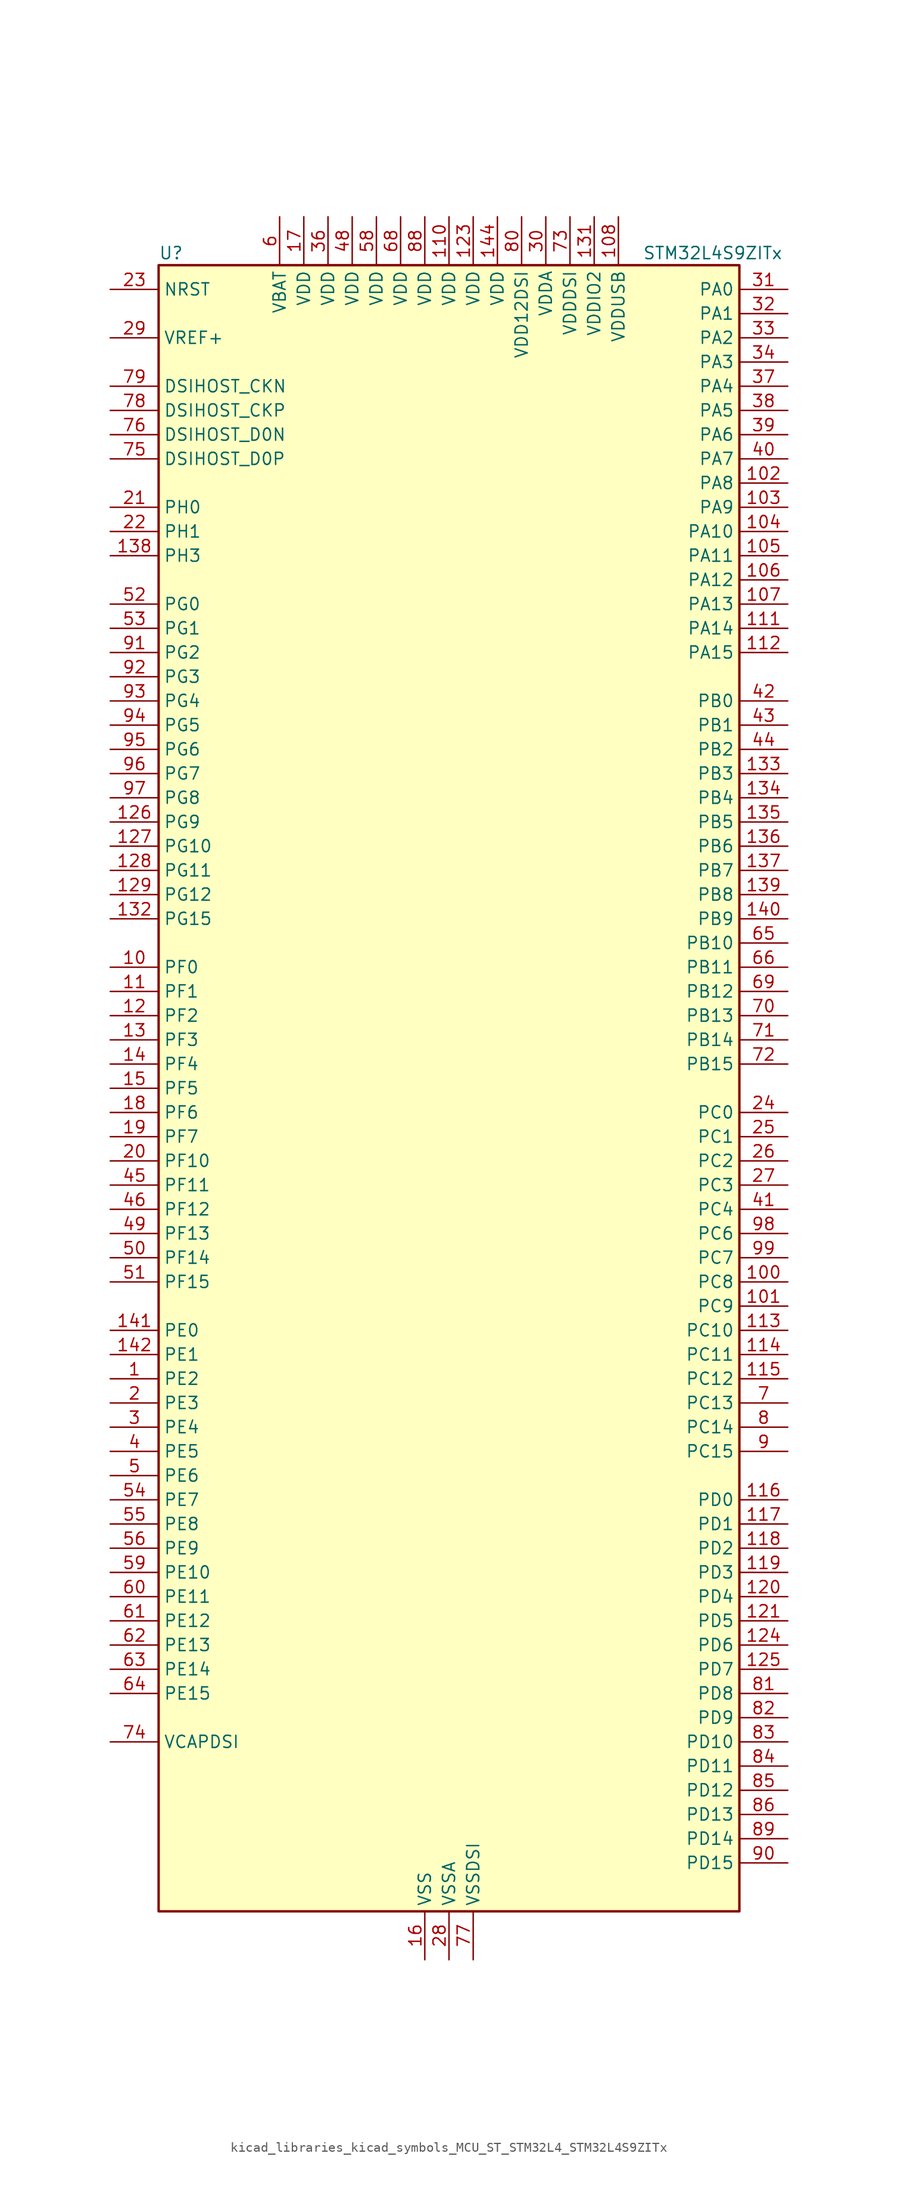
<source format=kicad_sym>
(kicad_symbol_lib
  (version 20220914)
  (generator kicad_symbol_editor)
  (symbol "kicad_libraries_kicad_symbols_MCU_ST_STM32L4_STM32L4S9ZITx"
    (property "Reference" "U"
      (at -30.48 87.63 0)
      (effects (font (size 1.27 1.27)) (justify left)))
    (property "Value" "STM32L4S9ZITx"
      (at 20.32 87.63 0)
      (effects (font (size 1.27 1.27)) (justify left)))
    (property "ki_locked" ""
      (at 0 0 0)
      (effects (font (size 1.27 1.27))))
    (symbol "kicad_libraries_kicad_symbols_MCU_ST_STM32L4_STM32L4S9ZITx_0_1"
      (rectangle (start -30.48 -86.36) (end 30.48 86.36) (stroke (width 0.254) (type default)) (fill (type background))))
    (symbol "kicad_libraries_kicad_symbols_MCU_ST_STM32L4_STM32L4S9ZITx_1_1"
      (pin bidirectional line (at -35.56 -30.48 0) (length 5.08) (name "PE2" (effects (font (size 1.27 1.27)))) (number "1" (effects (font (size 1.27 1.27)))) (alternate "FMC_A23" bidirectional line) (alternate "LTDC_R0" bidirectional line) (alternate "SAI1_CK1" bidirectional line) (alternate "SAI1_MCLK_A" bidirectional line) (alternate "SYS_TRACECLK" bidirectional line) (alternate "TIM3_ETR" bidirectional line) (alternate "TSC_G7_IO1" bidirectional line))
      (pin bidirectional line (at -35.56 12.7 0) (length 5.08) (name "PF0" (effects (font (size 1.27 1.27)))) (number "10" (effects (font (size 1.27 1.27)))) (alternate "FMC_A0" bidirectional line) (alternate "I2C2_SDA" bidirectional line) (alternate "OCTOSPIM_P2_IO0" bidirectional line))
      (pin bidirectional line (at 35.56 -20.32 180) (length 5.08) (name "PC8" (effects (font (size 1.27 1.27)))) (number "100" (effects (font (size 1.27 1.27)))) (alternate "DCMI_D2" bidirectional line) (alternate "SDMMC1_D0" bidirectional line) (alternate "TIM3_CH3" bidirectional line) (alternate "TIM8_CH3" bidirectional line) (alternate "TSC_G4_IO3" bidirectional line))
      (pin bidirectional line (at 35.56 -22.86 180) (length 5.08) (name "PC9" (effects (font (size 1.27 1.27)))) (number "101" (effects (font (size 1.27 1.27)))) (alternate "DAC1_EXTI9" bidirectional line) (alternate "DCMI_D3" bidirectional line) (alternate "I2C3_SDA" bidirectional line) (alternate "SAI2_EXTCLK" bidirectional line) (alternate "SDMMC1_D1" bidirectional line) (alternate "SYS_TRACED0" bidirectional line) (alternate "TIM3_CH4" bidirectional line) (alternate "TIM8_BKIN2" bidirectional line) (alternate "TIM8_CH4" bidirectional line) (alternate "TSC_G4_IO4" bidirectional line) (alternate "USB_OTG_FS_NOE" bidirectional line))
      (pin bidirectional line (at 35.56 63.5 180) (length 5.08) (name "PA8" (effects (font (size 1.27 1.27)))) (number "102" (effects (font (size 1.27 1.27)))) (alternate "LPTIM2_OUT" bidirectional line) (alternate "RCC_MCO" bidirectional line) (alternate "SAI1_CK2" bidirectional line) (alternate "SAI1_SCK_A" bidirectional line) (alternate "TIM1_CH1" bidirectional line) (alternate "USART1_CK" bidirectional line) (alternate "USB_OTG_FS_SOF" bidirectional line))
      (pin bidirectional line (at 35.56 60.96 180) (length 5.08) (name "PA9" (effects (font (size 1.27 1.27)))) (number "103" (effects (font (size 1.27 1.27)))) (alternate "DAC1_EXTI9" bidirectional line) (alternate "DCMI_D0" bidirectional line) (alternate "SAI1_FS_A" bidirectional line) (alternate "SPI2_SCK" bidirectional line) (alternate "TIM15_BKIN" bidirectional line) (alternate "TIM1_CH2" bidirectional line) (alternate "USART1_TX" bidirectional line) (alternate "USB_OTG_FS_VBUS" bidirectional line))
      (pin bidirectional line (at 35.56 58.42 180) (length 5.08) (name "PA10" (effects (font (size 1.27 1.27)))) (number "104" (effects (font (size 1.27 1.27)))) (alternate "DCMI_D1" bidirectional line) (alternate "SAI1_D1" bidirectional line) (alternate "SAI1_SD_A" bidirectional line) (alternate "TIM17_BKIN" bidirectional line) (alternate "TIM1_CH3" bidirectional line) (alternate "USART1_RX" bidirectional line) (alternate "USB_OTG_FS_ID" bidirectional line))
      (pin bidirectional line (at 35.56 55.88 180) (length 5.08) (name "PA11" (effects (font (size 1.27 1.27)))) (number "105" (effects (font (size 1.27 1.27)))) (alternate "ADC1_EXTI11" bidirectional line) (alternate "CAN1_RX" bidirectional line) (alternate "SPI1_MISO" bidirectional line) (alternate "TIM1_BKIN2" bidirectional line) (alternate "TIM1_CH4" bidirectional line) (alternate "USART1_CTS" bidirectional line) (alternate "USART1_NSS" bidirectional line) (alternate "USB_OTG_FS_DM" bidirectional line))
      (pin bidirectional line (at 35.56 53.34 180) (length 5.08) (name "PA12" (effects (font (size 1.27 1.27)))) (number "106" (effects (font (size 1.27 1.27)))) (alternate "CAN1_TX" bidirectional line) (alternate "SPI1_MOSI" bidirectional line) (alternate "TIM1_ETR" bidirectional line) (alternate "USART1_DE" bidirectional line) (alternate "USART1_RTS" bidirectional line) (alternate "USB_OTG_FS_DP" bidirectional line))
      (pin bidirectional line (at 35.56 50.8 180) (length 5.08) (name "PA13" (effects (font (size 1.27 1.27)))) (number "107" (effects (font (size 1.27 1.27)))) (alternate "IR_OUT" bidirectional line) (alternate "SAI1_SD_B" bidirectional line) (alternate "SYS_JTMS-SWDIO" bidirectional line) (alternate "USB_OTG_FS_NOE" bidirectional line))
      (pin power_in line (at 17.78 91.44 270) (length 5.08) (name "VDDUSB" (effects (font (size 1.27 1.27)))) (number "108" (effects (font (size 1.27 1.27)))))
      (pin passive line (at -2.54 -91.44 90) (length 5.08) hide (name "VSS" (effects (font (size 1.27 1.27)))) (number "109" (effects (font (size 1.27 1.27)))))
      (pin bidirectional line (at -35.56 10.16 0) (length 5.08) (name "PF1" (effects (font (size 1.27 1.27)))) (number "11" (effects (font (size 1.27 1.27)))) (alternate "FMC_A1" bidirectional line) (alternate "I2C2_SCL" bidirectional line) (alternate "OCTOSPIM_P2_IO1" bidirectional line))
      (pin power_in line (at 0 91.44 270) (length 5.08) (name "VDD" (effects (font (size 1.27 1.27)))) (number "110" (effects (font (size 1.27 1.27)))))
      (pin bidirectional line (at 35.56 48.26 180) (length 5.08) (name "PA14" (effects (font (size 1.27 1.27)))) (number "111" (effects (font (size 1.27 1.27)))) (alternate "I2C1_SMBA" bidirectional line) (alternate "I2C4_SMBA" bidirectional line) (alternate "LPTIM1_OUT" bidirectional line) (alternate "SAI1_FS_B" bidirectional line) (alternate "SYS_JTCK-SWCLK" bidirectional line) (alternate "USB_OTG_FS_SOF" bidirectional line))
      (pin bidirectional line (at 35.56 45.72 180) (length 5.08) (name "PA15" (effects (font (size 1.27 1.27)))) (number "112" (effects (font (size 1.27 1.27)))) (alternate "ADC1_EXTI15" bidirectional line) (alternate "SAI2_FS_B" bidirectional line) (alternate "SPI1_NSS" bidirectional line) (alternate "SPI3_NSS" bidirectional line) (alternate "SYS_JTDI" bidirectional line) (alternate "TIM2_CH1" bidirectional line) (alternate "TIM2_ETR" bidirectional line) (alternate "TSC_G3_IO1" bidirectional line) (alternate "UART4_DE" bidirectional line) (alternate "UART4_RTS" bidirectional line) (alternate "USART2_RX" bidirectional line) (alternate "USART3_DE" bidirectional line) (alternate "USART3_RTS" bidirectional line))
      (pin bidirectional line (at 35.56 -25.4 180) (length 5.08) (name "PC10" (effects (font (size 1.27 1.27)))) (number "113" (effects (font (size 1.27 1.27)))) (alternate "DCMI_D8" bidirectional line) (alternate "SAI2_SCK_B" bidirectional line) (alternate "SDMMC1_D2" bidirectional line) (alternate "SPI3_SCK" bidirectional line) (alternate "SYS_TRACED1" bidirectional line) (alternate "TSC_G3_IO2" bidirectional line) (alternate "UART4_TX" bidirectional line) (alternate "USART3_TX" bidirectional line))
      (pin bidirectional line (at 35.56 -27.94 180) (length 5.08) (name "PC11" (effects (font (size 1.27 1.27)))) (number "114" (effects (font (size 1.27 1.27)))) (alternate "ADC1_EXTI11" bidirectional line) (alternate "DCMI_D2" bidirectional line) (alternate "DCMI_D4" bidirectional line) (alternate "OCTOSPIM_P1_NCS" bidirectional line) (alternate "SAI2_MCLK_B" bidirectional line) (alternate "SDMMC1_D3" bidirectional line) (alternate "SPI3_MISO" bidirectional line) (alternate "TSC_G3_IO3" bidirectional line) (alternate "UART4_RX" bidirectional line) (alternate "USART3_RX" bidirectional line))
      (pin bidirectional line (at 35.56 -30.48 180) (length 5.08) (name "PC12" (effects (font (size 1.27 1.27)))) (number "115" (effects (font (size 1.27 1.27)))) (alternate "DCMI_D9" bidirectional line) (alternate "SAI2_SD_B" bidirectional line) (alternate "SDMMC1_CK" bidirectional line) (alternate "SPI3_MOSI" bidirectional line) (alternate "SYS_TRACED3" bidirectional line) (alternate "TSC_G3_IO4" bidirectional line) (alternate "UART5_TX" bidirectional line) (alternate "USART3_CK" bidirectional line))
      (pin bidirectional line (at 35.56 -43.18 180) (length 5.08) (name "PD0" (effects (font (size 1.27 1.27)))) (number "116" (effects (font (size 1.27 1.27)))) (alternate "CAN1_RX" bidirectional line) (alternate "DFSDM1_DATIN7" bidirectional line) (alternate "FMC_D2" bidirectional line) (alternate "FMC_DA2" bidirectional line) (alternate "LTDC_B4" bidirectional line) (alternate "SPI2_NSS" bidirectional line))
      (pin bidirectional line (at 35.56 -45.72 180) (length 5.08) (name "PD1" (effects (font (size 1.27 1.27)))) (number "117" (effects (font (size 1.27 1.27)))) (alternate "CAN1_TX" bidirectional line) (alternate "DFSDM1_CKIN7" bidirectional line) (alternate "FMC_D3" bidirectional line) (alternate "FMC_DA3" bidirectional line) (alternate "LTDC_B5" bidirectional line) (alternate "SPI2_SCK" bidirectional line))
      (pin bidirectional line (at 35.56 -48.26 180) (length 5.08) (name "PD2" (effects (font (size 1.27 1.27)))) (number "118" (effects (font (size 1.27 1.27)))) (alternate "DCMI_D11" bidirectional line) (alternate "SDMMC1_CMD" bidirectional line) (alternate "SYS_TRACED2" bidirectional line) (alternate "TIM3_ETR" bidirectional line) (alternate "TSC_SYNC" bidirectional line) (alternate "UART5_RX" bidirectional line) (alternate "USART3_DE" bidirectional line) (alternate "USART3_RTS" bidirectional line))
      (pin bidirectional line (at 35.56 -50.8 180) (length 5.08) (name "PD3" (effects (font (size 1.27 1.27)))) (number "119" (effects (font (size 1.27 1.27)))) (alternate "DCMI_D5" bidirectional line) (alternate "DFSDM1_DATIN0" bidirectional line) (alternate "FMC_CLK" bidirectional line) (alternate "LTDC_CLK" bidirectional line) (alternate "OCTOSPIM_P2_NCS" bidirectional line) (alternate "SPI2_MISO" bidirectional line) (alternate "SPI2_SCK" bidirectional line) (alternate "USART2_CTS" bidirectional line) (alternate "USART2_NSS" bidirectional line))
      (pin bidirectional line (at -35.56 7.62 0) (length 5.08) (name "PF2" (effects (font (size 1.27 1.27)))) (number "12" (effects (font (size 1.27 1.27)))) (alternate "FMC_A2" bidirectional line) (alternate "I2C2_SMBA" bidirectional line) (alternate "OCTOSPIM_P2_IO2" bidirectional line))
      (pin bidirectional line (at 35.56 -53.34 180) (length 5.08) (name "PD4" (effects (font (size 1.27 1.27)))) (number "120" (effects (font (size 1.27 1.27)))) (alternate "DFSDM1_CKIN0" bidirectional line) (alternate "FMC_NOE" bidirectional line) (alternate "OCTOSPIM_P1_IO4" bidirectional line) (alternate "SPI2_MOSI" bidirectional line) (alternate "USART2_DE" bidirectional line) (alternate "USART2_RTS" bidirectional line))
      (pin bidirectional line (at 35.56 -55.88 180) (length 5.08) (name "PD5" (effects (font (size 1.27 1.27)))) (number "121" (effects (font (size 1.27 1.27)))) (alternate "FMC_NWE" bidirectional line) (alternate "OCTOSPIM_P1_IO5" bidirectional line) (alternate "USART2_TX" bidirectional line))
      (pin passive line (at -2.54 -91.44 90) (length 5.08) hide (name "VSS" (effects (font (size 1.27 1.27)))) (number "122" (effects (font (size 1.27 1.27)))))
      (pin power_in line (at 2.54 91.44 270) (length 5.08) (name "VDD" (effects (font (size 1.27 1.27)))) (number "123" (effects (font (size 1.27 1.27)))))
      (pin bidirectional line (at 35.56 -58.42 180) (length 5.08) (name "PD6" (effects (font (size 1.27 1.27)))) (number "124" (effects (font (size 1.27 1.27)))) (alternate "DCMI_D10" bidirectional line) (alternate "DFSDM1_DATIN1" bidirectional line) (alternate "FMC_NWAIT" bidirectional line) (alternate "LTDC_DE" bidirectional line) (alternate "OCTOSPIM_P1_IO6" bidirectional line) (alternate "SAI1_D1" bidirectional line) (alternate "SAI1_SD_A" bidirectional line) (alternate "SPI3_MOSI" bidirectional line) (alternate "USART2_RX" bidirectional line))
      (pin bidirectional line (at 35.56 -60.96 180) (length 5.08) (name "PD7" (effects (font (size 1.27 1.27)))) (number "125" (effects (font (size 1.27 1.27)))) (alternate "DFSDM1_CKIN1" bidirectional line) (alternate "FMC_NCE" bidirectional line) (alternate "FMC_NE1" bidirectional line) (alternate "OCTOSPIM_P1_IO7" bidirectional line) (alternate "USART2_CK" bidirectional line))
      (pin bidirectional line (at -35.56 27.94 0) (length 5.08) (name "PG9" (effects (font (size 1.27 1.27)))) (number "126" (effects (font (size 1.27 1.27)))) (alternate "DAC1_EXTI9" bidirectional line) (alternate "FMC_NCE" bidirectional line) (alternate "FMC_NE2" bidirectional line) (alternate "OCTOSPIM_P2_IO6" bidirectional line) (alternate "SAI2_SCK_A" bidirectional line) (alternate "SPI3_SCK" bidirectional line) (alternate "TIM15_CH1N" bidirectional line) (alternate "USART1_TX" bidirectional line))
      (pin bidirectional line (at -35.56 25.4 0) (length 5.08) (name "PG10" (effects (font (size 1.27 1.27)))) (number "127" (effects (font (size 1.27 1.27)))) (alternate "FMC_NE3" bidirectional line) (alternate "LPTIM1_IN1" bidirectional line) (alternate "OCTOSPIM_P2_IO7" bidirectional line) (alternate "SAI2_FS_A" bidirectional line) (alternate "SPI3_MISO" bidirectional line) (alternate "TIM15_CH1" bidirectional line) (alternate "USART1_RX" bidirectional line))
      (pin bidirectional line (at -35.56 22.86 0) (length 5.08) (name "PG11" (effects (font (size 1.27 1.27)))) (number "128" (effects (font (size 1.27 1.27)))) (alternate "ADC1_EXTI11" bidirectional line) (alternate "LPTIM1_IN2" bidirectional line) (alternate "OCTOSPIM_P1_IO5" bidirectional line) (alternate "SAI2_MCLK_A" bidirectional line) (alternate "SPI3_MOSI" bidirectional line) (alternate "TIM15_CH2" bidirectional line) (alternate "USART1_CTS" bidirectional line) (alternate "USART1_NSS" bidirectional line))
      (pin bidirectional line (at -35.56 20.32 0) (length 5.08) (name "PG12" (effects (font (size 1.27 1.27)))) (number "129" (effects (font (size 1.27 1.27)))) (alternate "FMC_NE4" bidirectional line) (alternate "LPTIM1_ETR" bidirectional line) (alternate "OCTOSPIM_P2_NCS" bidirectional line) (alternate "SAI2_SD_A" bidirectional line) (alternate "SPI3_NSS" bidirectional line) (alternate "USART1_DE" bidirectional line) (alternate "USART1_RTS" bidirectional line))
      (pin bidirectional line (at -35.56 5.08 0) (length 5.08) (name "PF3" (effects (font (size 1.27 1.27)))) (number "13" (effects (font (size 1.27 1.27)))) (alternate "FMC_A3" bidirectional line) (alternate "OCTOSPIM_P2_IO3" bidirectional line))
      (pin passive line (at -2.54 -91.44 90) (length 5.08) hide (name "VSS" (effects (font (size 1.27 1.27)))) (number "130" (effects (font (size 1.27 1.27)))))
      (pin power_in line (at 15.24 91.44 270) (length 5.08) (name "VDDIO2" (effects (font (size 1.27 1.27)))) (number "131" (effects (font (size 1.27 1.27)))))
      (pin bidirectional line (at -35.56 17.78 0) (length 5.08) (name "PG15" (effects (font (size 1.27 1.27)))) (number "132" (effects (font (size 1.27 1.27)))) (alternate "ADC1_EXTI15" bidirectional line) (alternate "DCMI_D13" bidirectional line) (alternate "I2C1_SMBA" bidirectional line) (alternate "LPTIM1_OUT" bidirectional line) (alternate "OCTOSPIM_P2_DQS" bidirectional line))
      (pin bidirectional line (at 35.56 33.02 180) (length 5.08) (name "PB3" (effects (font (size 1.27 1.27)))) (number "133" (effects (font (size 1.27 1.27)))) (alternate "COMP2_INM" bidirectional line) (alternate "CRS_SYNC" bidirectional line) (alternate "SAI1_SCK_B" bidirectional line) (alternate "SPI1_SCK" bidirectional line) (alternate "SPI3_SCK" bidirectional line) (alternate "SYS_JTDO-SWO" bidirectional line) (alternate "TIM2_CH2" bidirectional line) (alternate "USART1_DE" bidirectional line) (alternate "USART1_RTS" bidirectional line))
      (pin bidirectional line (at 35.56 30.48 180) (length 5.08) (name "PB4" (effects (font (size 1.27 1.27)))) (number "134" (effects (font (size 1.27 1.27)))) (alternate "COMP2_INP" bidirectional line) (alternate "DCMI_D12" bidirectional line) (alternate "I2C3_SDA" bidirectional line) (alternate "SAI1_MCLK_B" bidirectional line) (alternate "SPI1_MISO" bidirectional line) (alternate "SPI3_MISO" bidirectional line) (alternate "SYS_JTRST" bidirectional line) (alternate "TIM17_BKIN" bidirectional line) (alternate "TIM3_CH1" bidirectional line) (alternate "TSC_G2_IO1" bidirectional line) (alternate "UART5_DE" bidirectional line) (alternate "UART5_RTS" bidirectional line) (alternate "USART1_CTS" bidirectional line) (alternate "USART1_NSS" bidirectional line))
      (pin bidirectional line (at 35.56 27.94 180) (length 5.08) (name "PB5" (effects (font (size 1.27 1.27)))) (number "135" (effects (font (size 1.27 1.27)))) (alternate "COMP2_OUT" bidirectional line) (alternate "DCMI_D10" bidirectional line) (alternate "I2C1_SMBA" bidirectional line) (alternate "LPTIM1_IN1" bidirectional line) (alternate "SAI1_SD_B" bidirectional line) (alternate "SPI1_MOSI" bidirectional line) (alternate "SPI3_MOSI" bidirectional line) (alternate "TIM16_BKIN" bidirectional line) (alternate "TIM3_CH2" bidirectional line) (alternate "TSC_G2_IO2" bidirectional line) (alternate "UART5_CTS" bidirectional line) (alternate "USART1_CK" bidirectional line))
      (pin bidirectional line (at 35.56 25.4 180) (length 5.08) (name "PB6" (effects (font (size 1.27 1.27)))) (number "136" (effects (font (size 1.27 1.27)))) (alternate "COMP2_INP" bidirectional line) (alternate "DCMI_D5" bidirectional line) (alternate "DFSDM1_DATIN5" bidirectional line) (alternate "I2C1_SCL" bidirectional line) (alternate "I2C4_SCL" bidirectional line) (alternate "LPTIM1_ETR" bidirectional line) (alternate "SAI1_FS_B" bidirectional line) (alternate "TIM16_CH1N" bidirectional line) (alternate "TIM4_CH1" bidirectional line) (alternate "TIM8_BKIN2" bidirectional line) (alternate "TSC_G2_IO3" bidirectional line) (alternate "USART1_TX" bidirectional line))
      (pin bidirectional line (at 35.56 22.86 180) (length 5.08) (name "PB7" (effects (font (size 1.27 1.27)))) (number "137" (effects (font (size 1.27 1.27)))) (alternate "COMP2_INM" bidirectional line) (alternate "DCMI_VSYNC" bidirectional line) (alternate "DFSDM1_CKIN5" bidirectional line) (alternate "DSIHOST_TE" bidirectional line) (alternate "FMC_NL" bidirectional line) (alternate "I2C1_SDA" bidirectional line) (alternate "I2C4_SDA" bidirectional line) (alternate "LPTIM1_IN2" bidirectional line) (alternate "SYS_PVD_IN" bidirectional line) (alternate "TIM17_CH1N" bidirectional line) (alternate "TIM4_CH2" bidirectional line) (alternate "TIM8_BKIN" bidirectional line) (alternate "TSC_G2_IO4" bidirectional line) (alternate "UART4_CTS" bidirectional line) (alternate "USART1_RX" bidirectional line))
      (pin bidirectional line (at -35.56 55.88 0) (length 5.08) (name "PH3" (effects (font (size 1.27 1.27)))) (number "138" (effects (font (size 1.27 1.27)))))
      (pin bidirectional line (at 35.56 20.32 180) (length 5.08) (name "PB8" (effects (font (size 1.27 1.27)))) (number "139" (effects (font (size 1.27 1.27)))) (alternate "CAN1_RX" bidirectional line) (alternate "DCMI_D6" bidirectional line) (alternate "DFSDM1_CKOUT" bidirectional line) (alternate "DFSDM1_DATIN6" bidirectional line) (alternate "I2C1_SCL" bidirectional line) (alternate "LTDC_B1" bidirectional line) (alternate "SAI1_CK1" bidirectional line) (alternate "SAI1_MCLK_A" bidirectional line) (alternate "SDMMC1_CKIN" bidirectional line) (alternate "SDMMC1_D4" bidirectional line) (alternate "TIM16_CH1" bidirectional line) (alternate "TIM4_CH3" bidirectional line))
      (pin bidirectional line (at -35.56 2.54 0) (length 5.08) (name "PF4" (effects (font (size 1.27 1.27)))) (number "14" (effects (font (size 1.27 1.27)))) (alternate "FMC_A4" bidirectional line) (alternate "OCTOSPIM_P2_CLK" bidirectional line))
      (pin bidirectional line (at 35.56 17.78 180) (length 5.08) (name "PB9" (effects (font (size 1.27 1.27)))) (number "140" (effects (font (size 1.27 1.27)))) (alternate "CAN1_TX" bidirectional line) (alternate "DAC1_EXTI9" bidirectional line) (alternate "DCMI_D7" bidirectional line) (alternate "DFSDM1_CKIN6" bidirectional line) (alternate "I2C1_SDA" bidirectional line) (alternate "IR_OUT" bidirectional line) (alternate "SAI1_D2" bidirectional line) (alternate "SAI1_FS_A" bidirectional line) (alternate "SDMMC1_CDIR" bidirectional line) (alternate "SDMMC1_D5" bidirectional line) (alternate "SPI2_NSS" bidirectional line) (alternate "TIM17_CH1" bidirectional line) (alternate "TIM4_CH4" bidirectional line))
      (pin bidirectional line (at -35.56 -25.4 0) (length 5.08) (name "PE0" (effects (font (size 1.27 1.27)))) (number "141" (effects (font (size 1.27 1.27)))) (alternate "DCMI_D2" bidirectional line) (alternate "FMC_NBL0" bidirectional line) (alternate "LTDC_HSYNC" bidirectional line) (alternate "TIM16_CH1" bidirectional line) (alternate "TIM4_ETR" bidirectional line))
      (pin bidirectional line (at -35.56 -27.94 0) (length 5.08) (name "PE1" (effects (font (size 1.27 1.27)))) (number "142" (effects (font (size 1.27 1.27)))) (alternate "DCMI_D3" bidirectional line) (alternate "FMC_NBL1" bidirectional line) (alternate "LTDC_VSYNC" bidirectional line) (alternate "TIM17_CH1" bidirectional line))
      (pin passive line (at -2.54 -91.44 90) (length 5.08) hide (name "VSS" (effects (font (size 1.27 1.27)))) (number "143" (effects (font (size 1.27 1.27)))))
      (pin power_in line (at 5.08 91.44 270) (length 5.08) (name "VDD" (effects (font (size 1.27 1.27)))) (number "144" (effects (font (size 1.27 1.27)))))
      (pin bidirectional line (at -35.56 0 0) (length 5.08) (name "PF5" (effects (font (size 1.27 1.27)))) (number "15" (effects (font (size 1.27 1.27)))) (alternate "FMC_A5" bidirectional line))
      (pin power_in line (at -2.54 -91.44 90) (length 5.08) (name "VSS" (effects (font (size 1.27 1.27)))) (number "16" (effects (font (size 1.27 1.27)))))
      (pin power_in line (at -15.24 91.44 270) (length 5.08) (name "VDD" (effects (font (size 1.27 1.27)))) (number "17" (effects (font (size 1.27 1.27)))))
      (pin bidirectional line (at -35.56 -2.54 0) (length 5.08) (name "PF6" (effects (font (size 1.27 1.27)))) (number "18" (effects (font (size 1.27 1.27)))) (alternate "OCTOSPIM_P1_IO3" bidirectional line) (alternate "SAI1_SD_B" bidirectional line) (alternate "TIM5_CH1" bidirectional line) (alternate "TIM5_ETR" bidirectional line))
      (pin bidirectional line (at -35.56 -5.08 0) (length 5.08) (name "PF7" (effects (font (size 1.27 1.27)))) (number "19" (effects (font (size 1.27 1.27)))) (alternate "OCTOSPIM_P1_IO2" bidirectional line) (alternate "SAI1_MCLK_B" bidirectional line) (alternate "TIM5_CH2" bidirectional line))
      (pin bidirectional line (at -35.56 -33.02 0) (length 5.08) (name "PE3" (effects (font (size 1.27 1.27)))) (number "2" (effects (font (size 1.27 1.27)))) (alternate "FMC_A19" bidirectional line) (alternate "LTDC_R1" bidirectional line) (alternate "OCTOSPIM_P1_DQS" bidirectional line) (alternate "SAI1_SD_B" bidirectional line) (alternate "SYS_TRACED0" bidirectional line) (alternate "TIM3_CH1" bidirectional line) (alternate "TSC_G7_IO2" bidirectional line))
      (pin bidirectional line (at -35.56 -7.62 0) (length 5.08) (name "PF10" (effects (font (size 1.27 1.27)))) (number "20" (effects (font (size 1.27 1.27)))) (alternate "DCMI_D11" bidirectional line) (alternate "DFSDM1_CKOUT" bidirectional line) (alternate "OCTOSPIM_P1_CLK" bidirectional line) (alternate "SAI1_D3" bidirectional line) (alternate "TIM15_CH2" bidirectional line))
      (pin bidirectional line (at -35.56 60.96 0) (length 5.08) (name "PH0" (effects (font (size 1.27 1.27)))) (number "21" (effects (font (size 1.27 1.27)))) (alternate "RCC_OSC_IN" bidirectional line))
      (pin bidirectional line (at -35.56 58.42 0) (length 5.08) (name "PH1" (effects (font (size 1.27 1.27)))) (number "22" (effects (font (size 1.27 1.27)))) (alternate "RCC_OSC_OUT" bidirectional line))
      (pin input line (at -35.56 83.82 0) (length 5.08) (name "NRST" (effects (font (size 1.27 1.27)))) (number "23" (effects (font (size 1.27 1.27)))))
      (pin bidirectional line (at 35.56 -2.54 180) (length 5.08) (name "PC0" (effects (font (size 1.27 1.27)))) (number "24" (effects (font (size 1.27 1.27)))) (alternate "ADC1_IN1" bidirectional line) (alternate "DFSDM1_DATIN4" bidirectional line) (alternate "I2C3_SCL" bidirectional line) (alternate "LPTIM1_IN1" bidirectional line) (alternate "LPTIM2_IN1" bidirectional line) (alternate "LPUART1_RX" bidirectional line) (alternate "SAI2_FS_A" bidirectional line))
      (pin bidirectional line (at 35.56 -5.08 180) (length 5.08) (name "PC1" (effects (font (size 1.27 1.27)))) (number "25" (effects (font (size 1.27 1.27)))) (alternate "ADC1_IN2" bidirectional line) (alternate "DFSDM1_CKIN4" bidirectional line) (alternate "I2C3_SDA" bidirectional line) (alternate "LPTIM1_OUT" bidirectional line) (alternate "LPUART1_TX" bidirectional line) (alternate "OCTOSPIM_P1_IO4" bidirectional line) (alternate "SAI1_SD_A" bidirectional line) (alternate "SPI2_MOSI" bidirectional line) (alternate "SYS_TRACED0" bidirectional line))
      (pin bidirectional line (at 35.56 -7.62 180) (length 5.08) (name "PC2" (effects (font (size 1.27 1.27)))) (number "26" (effects (font (size 1.27 1.27)))) (alternate "ADC1_IN3" bidirectional line) (alternate "DFSDM1_CKOUT" bidirectional line) (alternate "LPTIM1_IN2" bidirectional line) (alternate "OCTOSPIM_P1_IO5" bidirectional line) (alternate "SPI2_MISO" bidirectional line))
      (pin bidirectional line (at 35.56 -10.16 180) (length 5.08) (name "PC3" (effects (font (size 1.27 1.27)))) (number "27" (effects (font (size 1.27 1.27)))) (alternate "ADC1_IN4" bidirectional line) (alternate "LPTIM1_ETR" bidirectional line) (alternate "LPTIM2_ETR" bidirectional line) (alternate "OCTOSPIM_P1_IO6" bidirectional line) (alternate "SAI1_D1" bidirectional line) (alternate "SAI1_SD_A" bidirectional line) (alternate "SPI2_MOSI" bidirectional line))
      (pin power_in line (at 0 -91.44 90) (length 5.08) (name "VSSA" (effects (font (size 1.27 1.27)))) (number "28" (effects (font (size 1.27 1.27)))))
      (pin input line (at -35.56 78.74 0) (length 5.08) (name "VREF+" (effects (font (size 1.27 1.27)))) (number "29" (effects (font (size 1.27 1.27)))) (alternate "VREFBUF_OUT" bidirectional line))
      (pin bidirectional line (at -35.56 -35.56 0) (length 5.08) (name "PE4" (effects (font (size 1.27 1.27)))) (number "3" (effects (font (size 1.27 1.27)))) (alternate "DCMI_D4" bidirectional line) (alternate "DFSDM1_DATIN3" bidirectional line) (alternate "FMC_A20" bidirectional line) (alternate "LTDC_B0" bidirectional line) (alternate "SAI1_D2" bidirectional line) (alternate "SAI1_FS_A" bidirectional line) (alternate "SYS_TRACED1" bidirectional line) (alternate "TIM3_CH2" bidirectional line) (alternate "TSC_G7_IO3" bidirectional line))
      (pin power_in line (at 10.16 91.44 270) (length 5.08) (name "VDDA" (effects (font (size 1.27 1.27)))) (number "30" (effects (font (size 1.27 1.27)))))
      (pin bidirectional line (at 35.56 83.82 180) (length 5.08) (name "PA0" (effects (font (size 1.27 1.27)))) (number "31" (effects (font (size 1.27 1.27)))) (alternate "ADC1_IN5" bidirectional line) (alternate "OPAMP1_VINP" bidirectional line) (alternate "RTC_TAMP2" bidirectional line) (alternate "SAI1_EXTCLK" bidirectional line) (alternate "SYS_WKUP1" bidirectional line) (alternate "TIM2_CH1" bidirectional line) (alternate "TIM2_ETR" bidirectional line) (alternate "TIM5_CH1" bidirectional line) (alternate "TIM8_ETR" bidirectional line) (alternate "UART4_TX" bidirectional line) (alternate "USART2_CTS" bidirectional line) (alternate "USART2_NSS" bidirectional line))
      (pin bidirectional line (at 35.56 81.28 180) (length 5.08) (name "PA1" (effects (font (size 1.27 1.27)))) (number "32" (effects (font (size 1.27 1.27)))) (alternate "ADC1_IN6" bidirectional line) (alternate "I2C1_SMBA" bidirectional line) (alternate "OCTOSPIM_P1_DQS" bidirectional line) (alternate "OPAMP1_VINM" bidirectional line) (alternate "SPI1_SCK" bidirectional line) (alternate "TIM15_CH1N" bidirectional line) (alternate "TIM2_CH2" bidirectional line) (alternate "TIM5_CH2" bidirectional line) (alternate "UART4_RX" bidirectional line) (alternate "USART2_DE" bidirectional line) (alternate "USART2_RTS" bidirectional line))
      (pin bidirectional line (at 35.56 78.74 180) (length 5.08) (name "PA2" (effects (font (size 1.27 1.27)))) (number "33" (effects (font (size 1.27 1.27)))) (alternate "ADC1_IN7" bidirectional line) (alternate "LPUART1_TX" bidirectional line) (alternate "OCTOSPIM_P1_NCS" bidirectional line) (alternate "RCC_LSCO" bidirectional line) (alternate "SAI2_EXTCLK" bidirectional line) (alternate "SYS_WKUP4" bidirectional line) (alternate "TIM15_CH1" bidirectional line) (alternate "TIM2_CH3" bidirectional line) (alternate "TIM5_CH3" bidirectional line) (alternate "USART2_TX" bidirectional line))
      (pin bidirectional line (at 35.56 76.2 180) (length 5.08) (name "PA3" (effects (font (size 1.27 1.27)))) (number "34" (effects (font (size 1.27 1.27)))) (alternate "ADC1_IN8" bidirectional line) (alternate "LPUART1_RX" bidirectional line) (alternate "OCTOSPIM_P1_CLK" bidirectional line) (alternate "OPAMP1_VOUT" bidirectional line) (alternate "SAI1_CK1" bidirectional line) (alternate "SAI1_MCLK_A" bidirectional line) (alternate "TIM15_CH2" bidirectional line) (alternate "TIM2_CH4" bidirectional line) (alternate "TIM5_CH4" bidirectional line) (alternate "USART2_RX" bidirectional line))
      (pin passive line (at -2.54 -91.44 90) (length 5.08) hide (name "VSS" (effects (font (size 1.27 1.27)))) (number "35" (effects (font (size 1.27 1.27)))))
      (pin power_in line (at -12.7 91.44 270) (length 5.08) (name "VDD" (effects (font (size 1.27 1.27)))) (number "36" (effects (font (size 1.27 1.27)))))
      (pin bidirectional line (at 35.56 73.66 180) (length 5.08) (name "PA4" (effects (font (size 1.27 1.27)))) (number "37" (effects (font (size 1.27 1.27)))) (alternate "ADC1_IN9" bidirectional line) (alternate "DAC1_OUT1" bidirectional line) (alternate "DCMI_HSYNC" bidirectional line) (alternate "LPTIM2_OUT" bidirectional line) (alternate "OCTOSPIM_P1_NCS" bidirectional line) (alternate "SAI1_FS_B" bidirectional line) (alternate "SPI1_NSS" bidirectional line) (alternate "SPI3_NSS" bidirectional line) (alternate "USART2_CK" bidirectional line))
      (pin bidirectional line (at 35.56 71.12 180) (length 5.08) (name "PA5" (effects (font (size 1.27 1.27)))) (number "38" (effects (font (size 1.27 1.27)))) (alternate "ADC1_IN10" bidirectional line) (alternate "DAC1_OUT2" bidirectional line) (alternate "LPTIM2_ETR" bidirectional line) (alternate "SPI1_SCK" bidirectional line) (alternate "TIM2_CH1" bidirectional line) (alternate "TIM2_ETR" bidirectional line) (alternate "TIM8_CH1N" bidirectional line))
      (pin bidirectional line (at 35.56 68.58 180) (length 5.08) (name "PA6" (effects (font (size 1.27 1.27)))) (number "39" (effects (font (size 1.27 1.27)))) (alternate "ADC1_IN11" bidirectional line) (alternate "DCMI_PIXCLK" bidirectional line) (alternate "LPUART1_CTS" bidirectional line) (alternate "OCTOSPIM_P1_IO3" bidirectional line) (alternate "OPAMP2_VINP" bidirectional line) (alternate "SPI1_MISO" bidirectional line) (alternate "TIM16_CH1" bidirectional line) (alternate "TIM1_BKIN" bidirectional line) (alternate "TIM3_CH1" bidirectional line) (alternate "TIM8_BKIN" bidirectional line) (alternate "USART3_CTS" bidirectional line) (alternate "USART3_NSS" bidirectional line))
      (pin bidirectional line (at -35.56 -38.1 0) (length 5.08) (name "PE5" (effects (font (size 1.27 1.27)))) (number "4" (effects (font (size 1.27 1.27)))) (alternate "DCMI_D6" bidirectional line) (alternate "DFSDM1_CKIN3" bidirectional line) (alternate "FMC_A21" bidirectional line) (alternate "LTDC_G0" bidirectional line) (alternate "SAI1_CK2" bidirectional line) (alternate "SAI1_SCK_A" bidirectional line) (alternate "SYS_TRACED2" bidirectional line) (alternate "TIM3_CH3" bidirectional line) (alternate "TSC_G7_IO4" bidirectional line))
      (pin bidirectional line (at 35.56 66.04 180) (length 5.08) (name "PA7" (effects (font (size 1.27 1.27)))) (number "40" (effects (font (size 1.27 1.27)))) (alternate "ADC1_IN12" bidirectional line) (alternate "I2C3_SCL" bidirectional line) (alternate "OCTOSPIM_P1_IO2" bidirectional line) (alternate "OPAMP2_VINM" bidirectional line) (alternate "SPI1_MOSI" bidirectional line) (alternate "TIM17_CH1" bidirectional line) (alternate "TIM1_CH1N" bidirectional line) (alternate "TIM3_CH2" bidirectional line) (alternate "TIM8_CH1N" bidirectional line))
      (pin bidirectional line (at 35.56 -12.7 180) (length 5.08) (name "PC4" (effects (font (size 1.27 1.27)))) (number "41" (effects (font (size 1.27 1.27)))) (alternate "ADC1_IN13" bidirectional line) (alternate "COMP1_INM" bidirectional line) (alternate "OCTOSPIM_P1_IO7" bidirectional line) (alternate "USART3_TX" bidirectional line))
      (pin bidirectional line (at 35.56 40.64 180) (length 5.08) (name "PB0" (effects (font (size 1.27 1.27)))) (number "42" (effects (font (size 1.27 1.27)))) (alternate "ADC1_IN15" bidirectional line) (alternate "COMP1_OUT" bidirectional line) (alternate "OCTOSPIM_P1_IO1" bidirectional line) (alternate "OPAMP2_VOUT" bidirectional line) (alternate "SAI1_EXTCLK" bidirectional line) (alternate "SPI1_NSS" bidirectional line) (alternate "TIM1_CH2N" bidirectional line) (alternate "TIM3_CH3" bidirectional line) (alternate "TIM8_CH2N" bidirectional line) (alternate "USART3_CK" bidirectional line))
      (pin bidirectional line (at 35.56 38.1 180) (length 5.08) (name "PB1" (effects (font (size 1.27 1.27)))) (number "43" (effects (font (size 1.27 1.27)))) (alternate "ADC1_IN16" bidirectional line) (alternate "COMP1_INM" bidirectional line) (alternate "DFSDM1_DATIN0" bidirectional line) (alternate "LPTIM2_IN1" bidirectional line) (alternate "LPUART1_DE" bidirectional line) (alternate "LPUART1_RTS" bidirectional line) (alternate "OCTOSPIM_P1_IO0" bidirectional line) (alternate "TIM1_CH3N" bidirectional line) (alternate "TIM3_CH4" bidirectional line) (alternate "TIM8_CH3N" bidirectional line) (alternate "USART3_DE" bidirectional line) (alternate "USART3_RTS" bidirectional line))
      (pin bidirectional line (at 35.56 35.56 180) (length 5.08) (name "PB2" (effects (font (size 1.27 1.27)))) (number "44" (effects (font (size 1.27 1.27)))) (alternate "COMP1_INP" bidirectional line) (alternate "DFSDM1_CKIN0" bidirectional line) (alternate "I2C3_SMBA" bidirectional line) (alternate "LPTIM1_OUT" bidirectional line) (alternate "LTDC_B1" bidirectional line) (alternate "OCTOSPIM_P1_DQS" bidirectional line) (alternate "RTC_OUT_ALARM" bidirectional line) (alternate "RTC_OUT_CALIB" bidirectional line))
      (pin bidirectional line (at -35.56 -10.16 0) (length 5.08) (name "PF11" (effects (font (size 1.27 1.27)))) (number "45" (effects (font (size 1.27 1.27)))) (alternate "ADC1_EXTI11" bidirectional line) (alternate "DCMI_D12" bidirectional line) (alternate "DSIHOST_TE" bidirectional line) (alternate "LTDC_DE" bidirectional line))
      (pin bidirectional line (at -35.56 -12.7 0) (length 5.08) (name "PF12" (effects (font (size 1.27 1.27)))) (number "46" (effects (font (size 1.27 1.27)))) (alternate "FMC_A6" bidirectional line) (alternate "LTDC_B0" bidirectional line) (alternate "OCTOSPIM_P2_DQS" bidirectional line))
      (pin passive line (at -2.54 -91.44 90) (length 5.08) hide (name "VSS" (effects (font (size 1.27 1.27)))) (number "47" (effects (font (size 1.27 1.27)))))
      (pin power_in line (at -10.16 91.44 270) (length 5.08) (name "VDD" (effects (font (size 1.27 1.27)))) (number "48" (effects (font (size 1.27 1.27)))))
      (pin bidirectional line (at -35.56 -15.24 0) (length 5.08) (name "PF13" (effects (font (size 1.27 1.27)))) (number "49" (effects (font (size 1.27 1.27)))) (alternate "DFSDM1_DATIN6" bidirectional line) (alternate "FMC_A7" bidirectional line) (alternate "I2C4_SMBA" bidirectional line) (alternate "LTDC_B1" bidirectional line))
      (pin bidirectional line (at -35.56 -40.64 0) (length 5.08) (name "PE6" (effects (font (size 1.27 1.27)))) (number "5" (effects (font (size 1.27 1.27)))) (alternate "DCMI_D7" bidirectional line) (alternate "FMC_A22" bidirectional line) (alternate "LTDC_G1" bidirectional line) (alternate "RTC_TAMP3" bidirectional line) (alternate "SAI1_D1" bidirectional line) (alternate "SAI1_SD_A" bidirectional line) (alternate "SYS_TRACED3" bidirectional line) (alternate "SYS_WKUP3" bidirectional line) (alternate "TIM3_CH4" bidirectional line))
      (pin bidirectional line (at -35.56 -17.78 0) (length 5.08) (name "PF14" (effects (font (size 1.27 1.27)))) (number "50" (effects (font (size 1.27 1.27)))) (alternate "DFSDM1_CKIN6" bidirectional line) (alternate "FMC_A8" bidirectional line) (alternate "I2C4_SCL" bidirectional line) (alternate "LTDC_G0" bidirectional line) (alternate "TSC_G8_IO1" bidirectional line))
      (pin bidirectional line (at -35.56 -20.32 0) (length 5.08) (name "PF15" (effects (font (size 1.27 1.27)))) (number "51" (effects (font (size 1.27 1.27)))) (alternate "ADC1_EXTI15" bidirectional line) (alternate "FMC_A9" bidirectional line) (alternate "I2C4_SDA" bidirectional line) (alternate "LTDC_G1" bidirectional line) (alternate "TSC_G8_IO2" bidirectional line))
      (pin bidirectional line (at -35.56 50.8 0) (length 5.08) (name "PG0" (effects (font (size 1.27 1.27)))) (number "52" (effects (font (size 1.27 1.27)))) (alternate "FMC_A10" bidirectional line) (alternate "OCTOSPIM_P2_IO4" bidirectional line) (alternate "TSC_G8_IO3" bidirectional line))
      (pin bidirectional line (at -35.56 48.26 0) (length 5.08) (name "PG1" (effects (font (size 1.27 1.27)))) (number "53" (effects (font (size 1.27 1.27)))) (alternate "FMC_A11" bidirectional line) (alternate "OCTOSPIM_P2_IO5" bidirectional line) (alternate "TSC_G8_IO4" bidirectional line))
      (pin bidirectional line (at -35.56 -43.18 0) (length 5.08) (name "PE7" (effects (font (size 1.27 1.27)))) (number "54" (effects (font (size 1.27 1.27)))) (alternate "DFSDM1_DATIN2" bidirectional line) (alternate "FMC_D4" bidirectional line) (alternate "FMC_DA4" bidirectional line) (alternate "LTDC_B6" bidirectional line) (alternate "SAI1_SD_B" bidirectional line) (alternate "TIM1_ETR" bidirectional line))
      (pin bidirectional line (at -35.56 -45.72 0) (length 5.08) (name "PE8" (effects (font (size 1.27 1.27)))) (number "55" (effects (font (size 1.27 1.27)))) (alternate "DFSDM1_CKIN2" bidirectional line) (alternate "FMC_D5" bidirectional line) (alternate "FMC_DA5" bidirectional line) (alternate "LTDC_B7" bidirectional line) (alternate "SAI1_SCK_B" bidirectional line) (alternate "TIM1_CH1N" bidirectional line))
      (pin bidirectional line (at -35.56 -48.26 0) (length 5.08) (name "PE9" (effects (font (size 1.27 1.27)))) (number "56" (effects (font (size 1.27 1.27)))) (alternate "DAC1_EXTI9" bidirectional line) (alternate "DFSDM1_CKOUT" bidirectional line) (alternate "FMC_D6" bidirectional line) (alternate "FMC_DA6" bidirectional line) (alternate "LTDC_G2" bidirectional line) (alternate "SAI1_FS_B" bidirectional line) (alternate "TIM1_CH1" bidirectional line))
      (pin passive line (at -2.54 -91.44 90) (length 5.08) hide (name "VSS" (effects (font (size 1.27 1.27)))) (number "57" (effects (font (size 1.27 1.27)))))
      (pin power_in line (at -7.62 91.44 270) (length 5.08) (name "VDD" (effects (font (size 1.27 1.27)))) (number "58" (effects (font (size 1.27 1.27)))))
      (pin bidirectional line (at -35.56 -50.8 0) (length 5.08) (name "PE10" (effects (font (size 1.27 1.27)))) (number "59" (effects (font (size 1.27 1.27)))) (alternate "DFSDM1_DATIN4" bidirectional line) (alternate "FMC_D7" bidirectional line) (alternate "FMC_DA7" bidirectional line) (alternate "LTDC_G3" bidirectional line) (alternate "OCTOSPIM_P1_CLK" bidirectional line) (alternate "SAI1_MCLK_B" bidirectional line) (alternate "TIM1_CH2N" bidirectional line) (alternate "TSC_G5_IO1" bidirectional line))
      (pin power_in line (at -17.78 91.44 270) (length 5.08) (name "VBAT" (effects (font (size 1.27 1.27)))) (number "6" (effects (font (size 1.27 1.27)))))
      (pin bidirectional line (at -35.56 -53.34 0) (length 5.08) (name "PE11" (effects (font (size 1.27 1.27)))) (number "60" (effects (font (size 1.27 1.27)))) (alternate "ADC1_EXTI11" bidirectional line) (alternate "DFSDM1_CKIN4" bidirectional line) (alternate "FMC_D8" bidirectional line) (alternate "FMC_DA8" bidirectional line) (alternate "LTDC_G4" bidirectional line) (alternate "OCTOSPIM_P1_NCS" bidirectional line) (alternate "TIM1_CH2" bidirectional line) (alternate "TSC_G5_IO2" bidirectional line))
      (pin bidirectional line (at -35.56 -55.88 0) (length 5.08) (name "PE12" (effects (font (size 1.27 1.27)))) (number "61" (effects (font (size 1.27 1.27)))) (alternate "DFSDM1_DATIN5" bidirectional line) (alternate "FMC_D9" bidirectional line) (alternate "FMC_DA9" bidirectional line) (alternate "LTDC_G5" bidirectional line) (alternate "OCTOSPIM_P1_IO0" bidirectional line) (alternate "SPI1_NSS" bidirectional line) (alternate "TIM1_CH3N" bidirectional line) (alternate "TSC_G5_IO3" bidirectional line))
      (pin bidirectional line (at -35.56 -58.42 0) (length 5.08) (name "PE13" (effects (font (size 1.27 1.27)))) (number "62" (effects (font (size 1.27 1.27)))) (alternate "DFSDM1_CKIN5" bidirectional line) (alternate "FMC_D10" bidirectional line) (alternate "FMC_DA10" bidirectional line) (alternate "LTDC_G6" bidirectional line) (alternate "OCTOSPIM_P1_IO1" bidirectional line) (alternate "SPI1_SCK" bidirectional line) (alternate "TIM1_CH3" bidirectional line) (alternate "TSC_G5_IO4" bidirectional line))
      (pin bidirectional line (at -35.56 -60.96 0) (length 5.08) (name "PE14" (effects (font (size 1.27 1.27)))) (number "63" (effects (font (size 1.27 1.27)))) (alternate "FMC_D11" bidirectional line) (alternate "FMC_DA11" bidirectional line) (alternate "LTDC_G7" bidirectional line) (alternate "OCTOSPIM_P1_IO2" bidirectional line) (alternate "SPI1_MISO" bidirectional line) (alternate "TIM1_BKIN2" bidirectional line) (alternate "TIM1_CH4" bidirectional line))
      (pin bidirectional line (at -35.56 -63.5 0) (length 5.08) (name "PE15" (effects (font (size 1.27 1.27)))) (number "64" (effects (font (size 1.27 1.27)))) (alternate "ADC1_EXTI15" bidirectional line) (alternate "FMC_D12" bidirectional line) (alternate "FMC_DA12" bidirectional line) (alternate "LTDC_R2" bidirectional line) (alternate "OCTOSPIM_P1_IO3" bidirectional line) (alternate "SPI1_MOSI" bidirectional line) (alternate "TIM1_BKIN" bidirectional line))
      (pin bidirectional line (at 35.56 15.24 180) (length 5.08) (name "PB10" (effects (font (size 1.27 1.27)))) (number "65" (effects (font (size 1.27 1.27)))) (alternate "COMP1_OUT" bidirectional line) (alternate "DFSDM1_DATIN7" bidirectional line) (alternate "I2C2_SCL" bidirectional line) (alternate "I2C4_SCL" bidirectional line) (alternate "LPUART1_RX" bidirectional line) (alternate "OCTOSPIM_P1_CLK" bidirectional line) (alternate "SAI1_SCK_A" bidirectional line) (alternate "SPI2_SCK" bidirectional line) (alternate "TIM2_CH3" bidirectional line) (alternate "TSC_SYNC" bidirectional line) (alternate "USART3_TX" bidirectional line))
      (pin bidirectional line (at 35.56 12.7 180) (length 5.08) (name "PB11" (effects (font (size 1.27 1.27)))) (number "66" (effects (font (size 1.27 1.27)))) (alternate "ADC1_EXTI11" bidirectional line) (alternate "COMP2_OUT" bidirectional line) (alternate "DFSDM1_CKIN7" bidirectional line) (alternate "DSIHOST_TE" bidirectional line) (alternate "I2C2_SDA" bidirectional line) (alternate "I2C4_SDA" bidirectional line) (alternate "LPUART1_TX" bidirectional line) (alternate "OCTOSPIM_P1_NCS" bidirectional line) (alternate "TIM2_CH4" bidirectional line) (alternate "USART3_RX" bidirectional line))
      (pin passive line (at -2.54 -91.44 90) (length 5.08) hide (name "VSS" (effects (font (size 1.27 1.27)))) (number "67" (effects (font (size 1.27 1.27)))))
      (pin power_in line (at -5.08 91.44 270) (length 5.08) (name "VDD" (effects (font (size 1.27 1.27)))) (number "68" (effects (font (size 1.27 1.27)))))
      (pin bidirectional line (at 35.56 10.16 180) (length 5.08) (name "PB12" (effects (font (size 1.27 1.27)))) (number "69" (effects (font (size 1.27 1.27)))) (alternate "DFSDM1_DATIN1" bidirectional line) (alternate "I2C2_SMBA" bidirectional line) (alternate "LPUART1_DE" bidirectional line) (alternate "LPUART1_RTS" bidirectional line) (alternate "SAI2_FS_A" bidirectional line) (alternate "SPI2_NSS" bidirectional line) (alternate "TIM15_BKIN" bidirectional line) (alternate "TIM1_BKIN" bidirectional line) (alternate "TSC_G1_IO1" bidirectional line) (alternate "USART3_CK" bidirectional line))
      (pin bidirectional line (at 35.56 -33.02 180) (length 5.08) (name "PC13" (effects (font (size 1.27 1.27)))) (number "7" (effects (font (size 1.27 1.27)))) (alternate "RTC_OUT_ALARM" bidirectional line) (alternate "RTC_OUT_CALIB" bidirectional line) (alternate "RTC_TAMP1" bidirectional line) (alternate "RTC_TS" bidirectional line) (alternate "SYS_WKUP2" bidirectional line))
      (pin bidirectional line (at 35.56 7.62 180) (length 5.08) (name "PB13" (effects (font (size 1.27 1.27)))) (number "70" (effects (font (size 1.27 1.27)))) (alternate "DFSDM1_CKIN1" bidirectional line) (alternate "I2C2_SCL" bidirectional line) (alternate "LPUART1_CTS" bidirectional line) (alternate "SAI2_SCK_A" bidirectional line) (alternate "SPI2_SCK" bidirectional line) (alternate "TIM15_CH1N" bidirectional line) (alternate "TIM1_CH1N" bidirectional line) (alternate "TSC_G1_IO2" bidirectional line) (alternate "USART3_CTS" bidirectional line) (alternate "USART3_NSS" bidirectional line))
      (pin bidirectional line (at 35.56 5.08 180) (length 5.08) (name "PB14" (effects (font (size 1.27 1.27)))) (number "71" (effects (font (size 1.27 1.27)))) (alternate "DFSDM1_DATIN2" bidirectional line) (alternate "I2C2_SDA" bidirectional line) (alternate "SAI2_MCLK_A" bidirectional line) (alternate "SPI2_MISO" bidirectional line) (alternate "TIM15_CH1" bidirectional line) (alternate "TIM1_CH2N" bidirectional line) (alternate "TIM8_CH2N" bidirectional line) (alternate "TSC_G1_IO3" bidirectional line) (alternate "USART3_DE" bidirectional line) (alternate "USART3_RTS" bidirectional line))
      (pin bidirectional line (at 35.56 2.54 180) (length 5.08) (name "PB15" (effects (font (size 1.27 1.27)))) (number "72" (effects (font (size 1.27 1.27)))) (alternate "ADC1_EXTI15" bidirectional line) (alternate "DFSDM1_CKIN2" bidirectional line) (alternate "RTC_REFIN" bidirectional line) (alternate "SAI2_SD_A" bidirectional line) (alternate "SPI2_MOSI" bidirectional line) (alternate "TIM15_CH2" bidirectional line) (alternate "TIM1_CH3N" bidirectional line) (alternate "TIM8_CH3N" bidirectional line) (alternate "TSC_G1_IO4" bidirectional line))
      (pin power_in line (at 12.7 91.44 270) (length 5.08) (name "VDDDSI" (effects (font (size 1.27 1.27)))) (number "73" (effects (font (size 1.27 1.27)))))
      (pin power_out line (at -35.56 -68.58 0) (length 5.08) (name "VCAPDSI" (effects (font (size 1.27 1.27)))) (number "74" (effects (font (size 1.27 1.27)))))
      (pin bidirectional line (at -35.56 66.04 0) (length 5.08) (name "DSIHOST_D0P" (effects (font (size 1.27 1.27)))) (number "75" (effects (font (size 1.27 1.27)))) (alternate "DSIHOST_D0P" bidirectional line))
      (pin bidirectional line (at -35.56 68.58 0) (length 5.08) (name "DSIHOST_D0N" (effects (font (size 1.27 1.27)))) (number "76" (effects (font (size 1.27 1.27)))) (alternate "DSIHOST_D0N" bidirectional line))
      (pin power_in line (at 2.54 -91.44 90) (length 5.08) (name "VSSDSI" (effects (font (size 1.27 1.27)))) (number "77" (effects (font (size 1.27 1.27)))))
      (pin bidirectional line (at -35.56 71.12 0) (length 5.08) (name "DSIHOST_CKP" (effects (font (size 1.27 1.27)))) (number "78" (effects (font (size 1.27 1.27)))) (alternate "DSIHOST_CKP" bidirectional line))
      (pin bidirectional line (at -35.56 73.66 0) (length 5.08) (name "DSIHOST_CKN" (effects (font (size 1.27 1.27)))) (number "79" (effects (font (size 1.27 1.27)))) (alternate "DSIHOST_CKN" bidirectional line))
      (pin bidirectional line (at 35.56 -35.56 180) (length 5.08) (name "PC14" (effects (font (size 1.27 1.27)))) (number "8" (effects (font (size 1.27 1.27)))) (alternate "RCC_OSC32_IN" bidirectional line))
      (pin power_in line (at 7.62 91.44 270) (length 5.08) (name "VDD12DSI" (effects (font (size 1.27 1.27)))) (number "80" (effects (font (size 1.27 1.27)))))
      (pin bidirectional line (at 35.56 -63.5 180) (length 5.08) (name "PD8" (effects (font (size 1.27 1.27)))) (number "81" (effects (font (size 1.27 1.27)))) (alternate "DCMI_HSYNC" bidirectional line) (alternate "FMC_D13" bidirectional line) (alternate "FMC_DA13" bidirectional line) (alternate "LTDC_R3" bidirectional line) (alternate "USART3_TX" bidirectional line))
      (pin bidirectional line (at 35.56 -66.04 180) (length 5.08) (name "PD9" (effects (font (size 1.27 1.27)))) (number "82" (effects (font (size 1.27 1.27)))) (alternate "DAC1_EXTI9" bidirectional line) (alternate "DCMI_PIXCLK" bidirectional line) (alternate "FMC_D14" bidirectional line) (alternate "FMC_DA14" bidirectional line) (alternate "LTDC_R4" bidirectional line) (alternate "SAI2_MCLK_A" bidirectional line) (alternate "USART3_RX" bidirectional line))
      (pin bidirectional line (at 35.56 -68.58 180) (length 5.08) (name "PD10" (effects (font (size 1.27 1.27)))) (number "83" (effects (font (size 1.27 1.27)))) (alternate "FMC_D15" bidirectional line) (alternate "FMC_DA15" bidirectional line) (alternate "LTDC_R5" bidirectional line) (alternate "SAI2_SCK_A" bidirectional line) (alternate "TSC_G6_IO1" bidirectional line) (alternate "USART3_CK" bidirectional line))
      (pin bidirectional line (at 35.56 -71.12 180) (length 5.08) (name "PD11" (effects (font (size 1.27 1.27)))) (number "84" (effects (font (size 1.27 1.27)))) (alternate "ADC1_EXTI11" bidirectional line) (alternate "FMC_A16" bidirectional line) (alternate "FMC_CLE" bidirectional line) (alternate "I2C4_SMBA" bidirectional line) (alternate "LPTIM2_ETR" bidirectional line) (alternate "LTDC_R6" bidirectional line) (alternate "SAI2_SD_A" bidirectional line) (alternate "TSC_G6_IO2" bidirectional line) (alternate "USART3_CTS" bidirectional line) (alternate "USART3_NSS" bidirectional line))
      (pin bidirectional line (at 35.56 -73.66 180) (length 5.08) (name "PD12" (effects (font (size 1.27 1.27)))) (number "85" (effects (font (size 1.27 1.27)))) (alternate "FMC_A17" bidirectional line) (alternate "FMC_ALE" bidirectional line) (alternate "I2C4_SCL" bidirectional line) (alternate "LPTIM2_IN1" bidirectional line) (alternate "LTDC_R7" bidirectional line) (alternate "SAI2_FS_A" bidirectional line) (alternate "TIM4_CH1" bidirectional line) (alternate "TSC_G6_IO3" bidirectional line) (alternate "USART3_DE" bidirectional line) (alternate "USART3_RTS" bidirectional line))
      (pin bidirectional line (at 35.56 -76.2 180) (length 5.08) (name "PD13" (effects (font (size 1.27 1.27)))) (number "86" (effects (font (size 1.27 1.27)))) (alternate "FMC_A18" bidirectional line) (alternate "I2C4_SDA" bidirectional line) (alternate "LPTIM2_OUT" bidirectional line) (alternate "TIM4_CH2" bidirectional line) (alternate "TSC_G6_IO4" bidirectional line))
      (pin passive line (at -2.54 -91.44 90) (length 5.08) hide (name "VSS" (effects (font (size 1.27 1.27)))) (number "87" (effects (font (size 1.27 1.27)))))
      (pin power_in line (at -2.54 91.44 270) (length 5.08) (name "VDD" (effects (font (size 1.27 1.27)))) (number "88" (effects (font (size 1.27 1.27)))))
      (pin bidirectional line (at 35.56 -78.74 180) (length 5.08) (name "PD14" (effects (font (size 1.27 1.27)))) (number "89" (effects (font (size 1.27 1.27)))) (alternate "FMC_D0" bidirectional line) (alternate "FMC_DA0" bidirectional line) (alternate "LTDC_B2" bidirectional line) (alternate "TIM4_CH3" bidirectional line))
      (pin bidirectional line (at 35.56 -38.1 180) (length 5.08) (name "PC15" (effects (font (size 1.27 1.27)))) (number "9" (effects (font (size 1.27 1.27)))) (alternate "ADC1_EXTI15" bidirectional line) (alternate "RCC_OSC32_OUT" bidirectional line))
      (pin bidirectional line (at 35.56 -81.28 180) (length 5.08) (name "PD15" (effects (font (size 1.27 1.27)))) (number "90" (effects (font (size 1.27 1.27)))) (alternate "ADC1_EXTI15" bidirectional line) (alternate "FMC_D1" bidirectional line) (alternate "FMC_DA1" bidirectional line) (alternate "LTDC_B3" bidirectional line) (alternate "TIM4_CH4" bidirectional line))
      (pin bidirectional line (at -35.56 45.72 0) (length 5.08) (name "PG2" (effects (font (size 1.27 1.27)))) (number "91" (effects (font (size 1.27 1.27)))) (alternate "FMC_A12" bidirectional line) (alternate "SAI2_SCK_B" bidirectional line) (alternate "SPI1_SCK" bidirectional line))
      (pin bidirectional line (at -35.56 43.18 0) (length 5.08) (name "PG3" (effects (font (size 1.27 1.27)))) (number "92" (effects (font (size 1.27 1.27)))) (alternate "FMC_A13" bidirectional line) (alternate "SAI2_FS_B" bidirectional line) (alternate "SPI1_MISO" bidirectional line))
      (pin bidirectional line (at -35.56 40.64 0) (length 5.08) (name "PG4" (effects (font (size 1.27 1.27)))) (number "93" (effects (font (size 1.27 1.27)))) (alternate "FMC_A14" bidirectional line) (alternate "SAI2_MCLK_B" bidirectional line) (alternate "SPI1_MOSI" bidirectional line))
      (pin bidirectional line (at -35.56 38.1 0) (length 5.08) (name "PG5" (effects (font (size 1.27 1.27)))) (number "94" (effects (font (size 1.27 1.27)))) (alternate "FMC_A15" bidirectional line) (alternate "LPUART1_CTS" bidirectional line) (alternate "SAI2_SD_B" bidirectional line) (alternate "SPI1_NSS" bidirectional line))
      (pin bidirectional line (at -35.56 35.56 0) (length 5.08) (name "PG6" (effects (font (size 1.27 1.27)))) (number "95" (effects (font (size 1.27 1.27)))) (alternate "DSIHOST_TE" bidirectional line) (alternate "I2C3_SMBA" bidirectional line) (alternate "LPUART1_DE" bidirectional line) (alternate "LPUART1_RTS" bidirectional line) (alternate "LTDC_R1" bidirectional line) (alternate "OCTOSPIM_P1_DQS" bidirectional line))
      (pin bidirectional line (at -35.56 33.02 0) (length 5.08) (name "PG7" (effects (font (size 1.27 1.27)))) (number "96" (effects (font (size 1.27 1.27)))) (alternate "DFSDM1_CKOUT" bidirectional line) (alternate "FMC_INT" bidirectional line) (alternate "I2C3_SCL" bidirectional line) (alternate "LPUART1_TX" bidirectional line) (alternate "OCTOSPIM_P2_DQS" bidirectional line) (alternate "SAI1_CK1" bidirectional line) (alternate "SAI1_MCLK_A" bidirectional line))
      (pin bidirectional line (at -35.56 30.48 0) (length 5.08) (name "PG8" (effects (font (size 1.27 1.27)))) (number "97" (effects (font (size 1.27 1.27)))) (alternate "I2C3_SDA" bidirectional line) (alternate "LPUART1_RX" bidirectional line))
      (pin bidirectional line (at 35.56 -15.24 180) (length 5.08) (name "PC6" (effects (font (size 1.27 1.27)))) (number "98" (effects (font (size 1.27 1.27)))) (alternate "DCMI_D0" bidirectional line) (alternate "DFSDM1_CKIN3" bidirectional line) (alternate "LTDC_R0" bidirectional line) (alternate "SAI2_MCLK_A" bidirectional line) (alternate "SDMMC1_D0DIR" bidirectional line) (alternate "SDMMC1_D6" bidirectional line) (alternate "TIM3_CH1" bidirectional line) (alternate "TIM8_CH1" bidirectional line) (alternate "TSC_G4_IO1" bidirectional line))
      (pin bidirectional line (at 35.56 -17.78 180) (length 5.08) (name "PC7" (effects (font (size 1.27 1.27)))) (number "99" (effects (font (size 1.27 1.27)))) (alternate "DCMI_D1" bidirectional line) (alternate "DFSDM1_DATIN3" bidirectional line) (alternate "LTDC_R1" bidirectional line) (alternate "SAI2_MCLK_B" bidirectional line) (alternate "SDMMC1_D123DIR" bidirectional line) (alternate "SDMMC1_D7" bidirectional line) (alternate "TIM3_CH2" bidirectional line) (alternate "TIM8_CH2" bidirectional line) (alternate "TSC_G4_IO2" bidirectional line)))))
</source>
